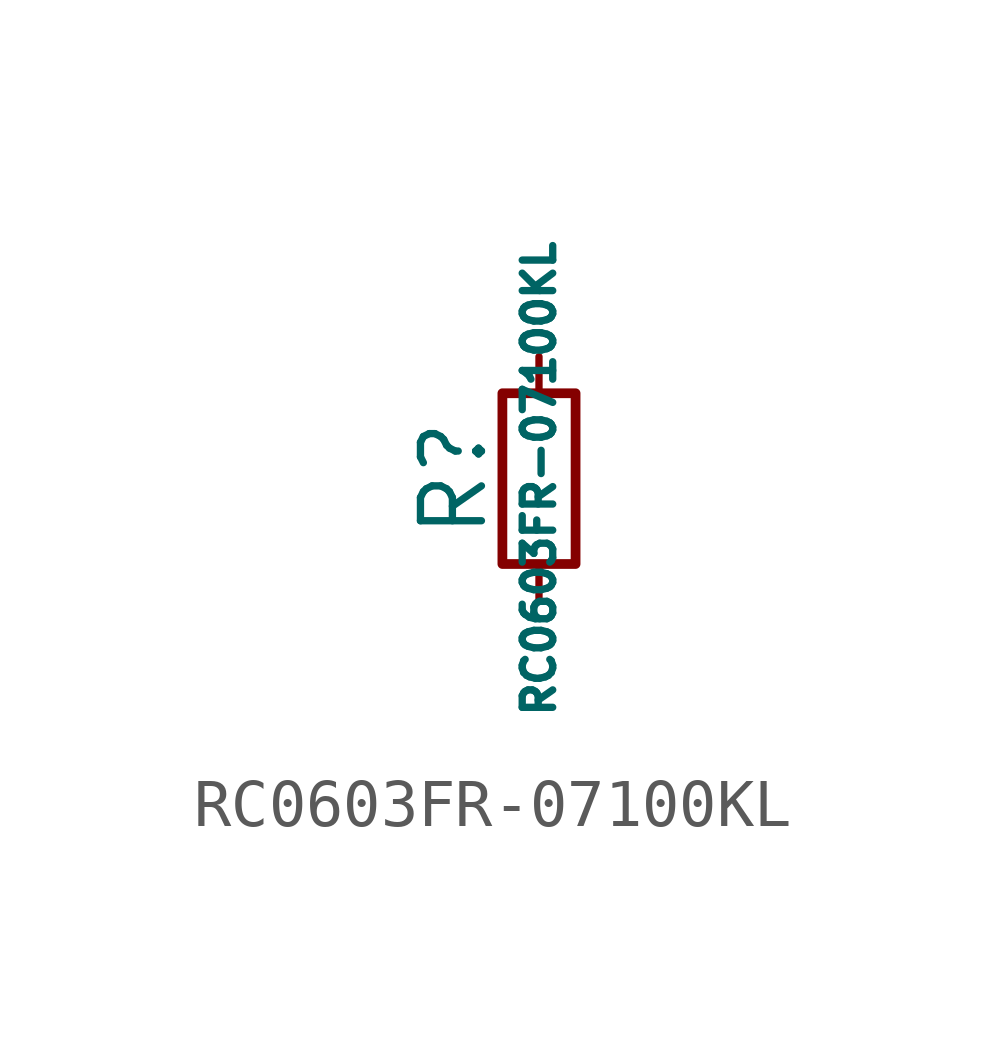
<source format=kicad_sym>
(kicad_symbol_lib
  (version 20220914)
  (generator kicad_symbol_editor)
  (symbol "RC0603FR-07100KL"
    (pin_numbers hide)
    (pin_names
      (offset 0.254) hide)
    (property "Reference" "R"
      (at -1.778 0 90)
      (effects (font (size 1.27 1.27))))
    (property "Value" "RC0603FR-07100KL"
      (at 0 0 90)
      (effects (font (size 0.635 0.635))))
    (symbol "RC0603FR-07100KL_0_1"
      (rectangle (start -0.762 1.778) (end 0.762 -1.778) (stroke (width 0.203) (type default)) (fill (type none))))
    (symbol "RC0603FR-07100KL_1_1"
      (pin passive line (at 0 2.54 270) (length 0.762) (name "~" (effects (font (size 1.27 1.27)))) (number "1" (effects (font (size 1.27 1.27)))))
      (pin passive line (at 0 -2.54 90) (length 0.762) (name "~" (effects (font (size 1.27 1.27)))) (number "2" (effects (font (size 1.27 1.27))))))))
</source>
